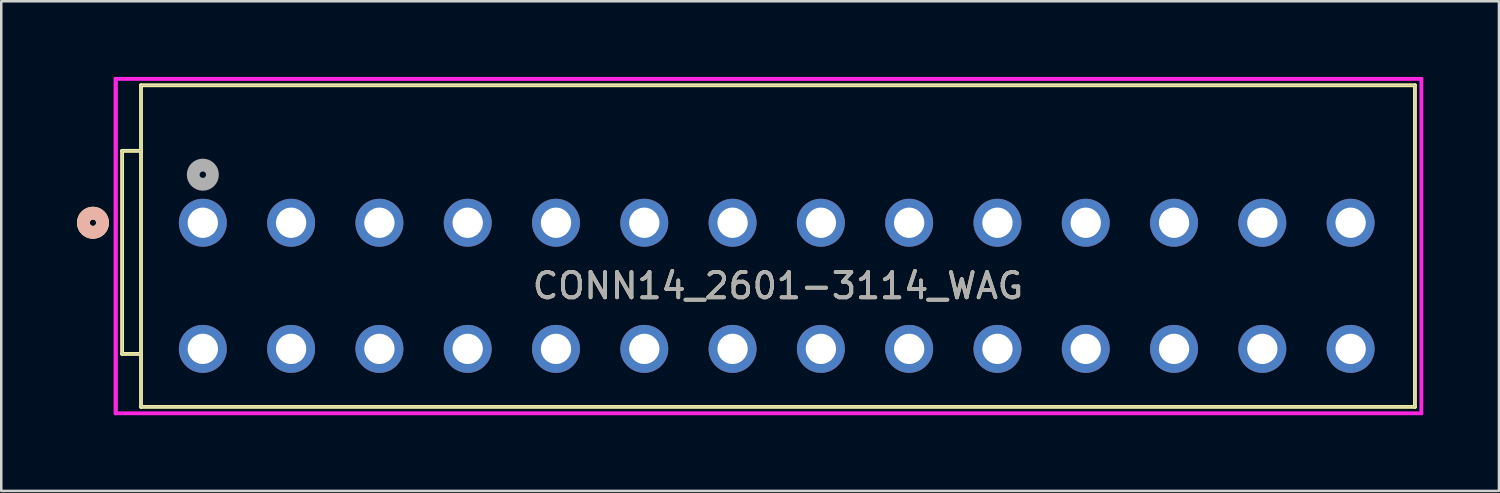
<source format=kicad_pcb>
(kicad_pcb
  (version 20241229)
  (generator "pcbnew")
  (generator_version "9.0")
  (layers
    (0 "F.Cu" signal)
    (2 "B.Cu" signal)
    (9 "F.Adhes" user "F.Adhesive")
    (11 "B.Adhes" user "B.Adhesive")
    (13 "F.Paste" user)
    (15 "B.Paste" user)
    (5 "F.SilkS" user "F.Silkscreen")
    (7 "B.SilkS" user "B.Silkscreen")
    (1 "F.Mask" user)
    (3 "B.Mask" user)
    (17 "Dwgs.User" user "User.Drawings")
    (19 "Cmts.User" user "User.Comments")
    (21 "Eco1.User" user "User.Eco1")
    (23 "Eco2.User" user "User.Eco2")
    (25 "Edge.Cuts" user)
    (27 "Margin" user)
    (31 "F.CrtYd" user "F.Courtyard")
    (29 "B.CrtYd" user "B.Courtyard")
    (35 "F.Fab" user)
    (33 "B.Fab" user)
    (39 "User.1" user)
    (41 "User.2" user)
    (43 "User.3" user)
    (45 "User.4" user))
  (footprint "CONN14_2601-3114_WAG"
    (layer "F.Cu")
    (at 4.99 5.78)
    (property "Reference" "CONN14_2601-3114_WAG" (at 22.8 2.5 0) (unlocked yes) (layer "F.SilkS") (effects (font (size 1 1) (thickness 0.15))))
    (attr through_hole)
    (fp_line (start -3.2 5.2) (end -3.2 -2.85) (stroke (width 0.152) (type solid)) (layer "F.SilkS"))
    (fp_line (start -2.45 -5.45) (end 48.05 -5.45) (stroke (width 0.152) (type solid)) (layer "F.SilkS"))
    (fp_line (start -2.45 -2.85) (end -3.2 -2.85) (stroke (width 0.152) (type solid)) (layer "F.SilkS"))
    (fp_line (start -2.45 5.2) (end -3.2 5.2) (stroke (width 0.152) (type solid)) (layer "F.SilkS"))
    (fp_line (start -2.45 7.3) (end -2.45 -5.45) (stroke (width 0.152) (type solid)) (layer "F.SilkS"))
    (fp_line (start -2.45 7.3) (end 48.05 7.3) (stroke (width 0.152) (type solid)) (layer "F.SilkS"))
    (fp_line (start 48.05 -5.45) (end 48.05 7.3) (stroke (width 0.152) (type solid)) (layer "F.SilkS"))
    (fp_circle (center -4.355 0) (end -3.974 0) (stroke (width 0.508) (type solid)) (fill no) (layer "F.SilkS"))
    (fp_circle (center -4.355 0) (end -3.974 0) (stroke (width 0.508) (type solid)) (fill no) (layer "B.SilkS"))
    (fp_line (start -3.454 -5.704) (end -3.454 7.554) (stroke (width 0.152) (type solid)) (layer "F.CrtYd"))
    (fp_line (start -3.454 -5.704) (end -3.454 7.554) (stroke (width 0.152) (type solid)) (layer "F.CrtYd"))
    (fp_line (start -3.454 7.554) (end 48.304 7.554) (stroke (width 0.152) (type solid)) (layer "F.CrtYd"))
    (fp_line (start 48.304 -5.704) (end -3.454 -5.704) (stroke (width 0.152) (type solid)) (layer "F.CrtYd"))
    (fp_line (start 48.304 7.554) (end 48.304 -5.704) (stroke (width 0.152) (type solid)) (layer "F.CrtYd"))
    (fp_line (start -3.2 5.2) (end -3.2 -2.85) (stroke (width 0.025) (type solid)) (layer "F.Fab"))
    (fp_line (start -2.45 -5.45) (end 48.05 -5.45) (stroke (width 0.025) (type solid)) (layer "F.Fab"))
    (fp_line (start -2.45 -2.85) (end -3.2 -2.85) (stroke (width 0.025) (type solid)) (layer "F.Fab"))
    (fp_line (start -2.45 5.2) (end -3.2 5.2) (stroke (width 0.025) (type solid)) (layer "F.Fab"))
    (fp_line (start -2.45 7.3) (end -2.45 -5.45) (stroke (width 0.025) (type solid)) (layer "F.Fab"))
    (fp_line (start -2.45 7.3) (end 48.05 7.3) (stroke (width 0.025) (type solid)) (layer "F.Fab"))
    (fp_line (start 48.05 -5.45) (end 48.05 7.3) (stroke (width 0.025) (type solid)) (layer "F.Fab"))
    (fp_circle (center 0 -1.905) (end 0.381 -1.905) (stroke (width 0.508) (type solid)) (fill no) (layer "F.Fab"))
    (fp_text user "${REFERENCE}" (at 22.8 2.5 0) (unlocked yes) (layer "F.Fab") (effects (font (size 1 1) (thickness 0.15))))
    (pad "1" thru_hole circle (at 0 0) (size 1.9 1.9) (drill 1.2) (layers "*.Cu" "*.Mask"))
    (pad "2" thru_hole circle (at 0 5) (size 1.9 1.9) (drill 1.2) (layers "*.Cu" "*.Mask"))
    (pad "3" thru_hole circle (at 3.5 0) (size 1.9 1.9) (drill 1.2) (layers "*.Cu" "*.Mask"))
    (pad "4" thru_hole circle (at 3.5 5) (size 1.9 1.9) (drill 1.2) (layers "*.Cu" "*.Mask"))
    (pad "5" thru_hole circle (at 7 0) (size 1.9 1.9) (drill 1.2) (layers "*.Cu" "*.Mask"))
    (pad "6" thru_hole circle (at 7 5) (size 1.9 1.9) (drill 1.2) (layers "*.Cu" "*.Mask"))
    (pad "7" thru_hole circle (at 10.5 0) (size 1.9 1.9) (drill 1.2) (layers "*.Cu" "*.Mask"))
    (pad "8" thru_hole circle (at 10.5 5) (size 1.9 1.9) (drill 1.2) (layers "*.Cu" "*.Mask"))
    (pad "9" thru_hole circle (at 14 0) (size 1.9 1.9) (drill 1.2) (layers "*.Cu" "*.Mask"))
    (pad "10" thru_hole circle (at 14 5) (size 1.9 1.9) (drill 1.2) (layers "*.Cu" "*.Mask"))
    (pad "11" thru_hole circle (at 17.5 0) (size 1.9 1.9) (drill 1.2) (layers "*.Cu" "*.Mask"))
    (pad "12" thru_hole circle (at 17.5 5) (size 1.9 1.9) (drill 1.2) (layers "*.Cu" "*.Mask"))
    (pad "13" thru_hole circle (at 21 0) (size 1.9 1.9) (drill 1.2) (layers "*.Cu" "*.Mask"))
    (pad "14" thru_hole circle (at 21 5) (size 1.9 1.9) (drill 1.2) (layers "*.Cu" "*.Mask"))
    (pad "15" thru_hole circle (at 24.5 0) (size 1.9 1.9) (drill 1.2) (layers "*.Cu" "*.Mask"))
    (pad "16" thru_hole circle (at 24.5 5) (size 1.9 1.9) (drill 1.2) (layers "*.Cu" "*.Mask"))
    (pad "17" thru_hole circle (at 28 0) (size 1.9 1.9) (drill 1.2) (layers "*.Cu" "*.Mask"))
    (pad "18" thru_hole circle (at 28 5) (size 1.9 1.9) (drill 1.2) (layers "*.Cu" "*.Mask"))
    (pad "19" thru_hole circle (at 31.5 0) (size 1.9 1.9) (drill 1.2) (layers "*.Cu" "*.Mask"))
    (pad "20" thru_hole circle (at 31.5 5) (size 1.9 1.9) (drill 1.2) (layers "*.Cu" "*.Mask"))
    (pad "21" thru_hole circle (at 35 0) (size 1.9 1.9) (drill 1.2) (layers "*.Cu" "*.Mask"))
    (pad "22" thru_hole circle (at 35 5) (size 1.9 1.9) (drill 1.2) (layers "*.Cu" "*.Mask"))
    (pad "23" thru_hole circle (at 38.5 0) (size 1.9 1.9) (drill 1.2) (layers "*.Cu" "*.Mask"))
    (pad "24" thru_hole circle (at 38.5 5) (size 1.9 1.9) (drill 1.2) (layers "*.Cu" "*.Mask"))
    (pad "25" thru_hole circle (at 42 0) (size 1.9 1.9) (drill 1.2) (layers "*.Cu" "*.Mask"))
    (pad "26" thru_hole circle (at 42 5) (size 1.9 1.9) (drill 1.2) (layers "*.Cu" "*.Mask"))
    (pad "27" thru_hole circle (at 45.5 0) (size 1.9 1.9) (drill 1.2) (layers "*.Cu" "*.Mask"))
    (pad "28" thru_hole circle (at 45.5 5) (size 1.9 1.9) (drill 1.2) (layers "*.Cu" "*.Mask")))
  (gr_rect
    (start -3 -3)
    (end 56.37 16.41)
    (stroke (width 0.1) (type default))
    (fill no)
    (layer "Edge.Cuts")))
</source>
